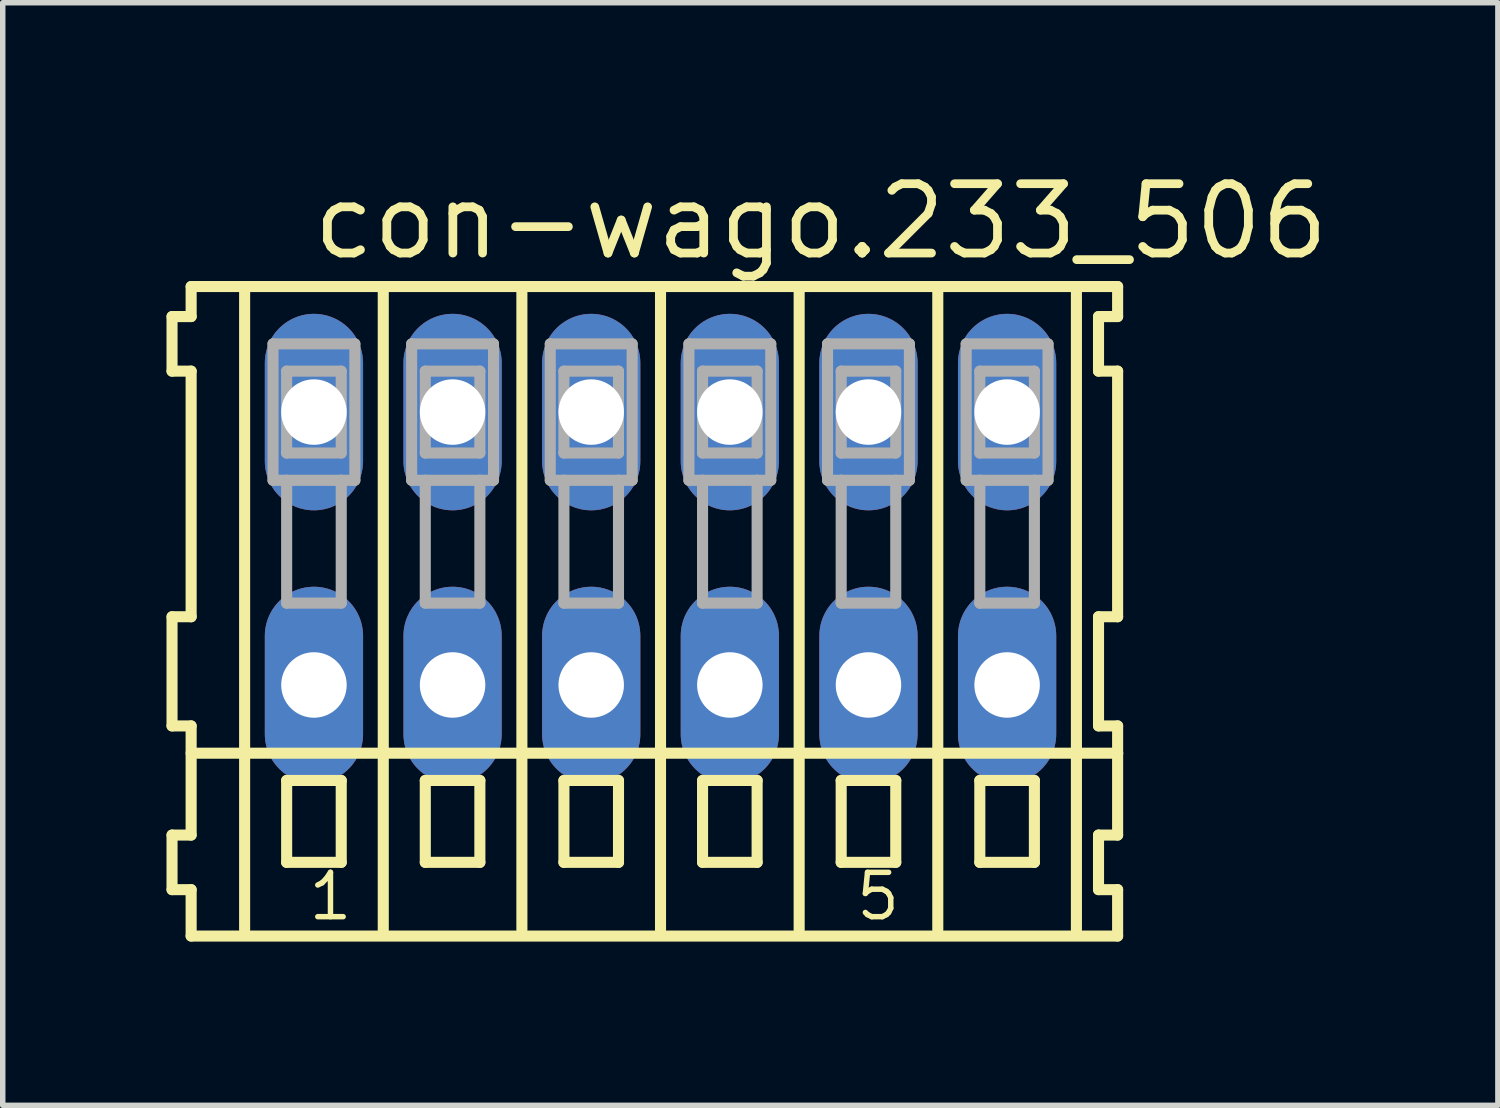
<source format=kicad_pcb>
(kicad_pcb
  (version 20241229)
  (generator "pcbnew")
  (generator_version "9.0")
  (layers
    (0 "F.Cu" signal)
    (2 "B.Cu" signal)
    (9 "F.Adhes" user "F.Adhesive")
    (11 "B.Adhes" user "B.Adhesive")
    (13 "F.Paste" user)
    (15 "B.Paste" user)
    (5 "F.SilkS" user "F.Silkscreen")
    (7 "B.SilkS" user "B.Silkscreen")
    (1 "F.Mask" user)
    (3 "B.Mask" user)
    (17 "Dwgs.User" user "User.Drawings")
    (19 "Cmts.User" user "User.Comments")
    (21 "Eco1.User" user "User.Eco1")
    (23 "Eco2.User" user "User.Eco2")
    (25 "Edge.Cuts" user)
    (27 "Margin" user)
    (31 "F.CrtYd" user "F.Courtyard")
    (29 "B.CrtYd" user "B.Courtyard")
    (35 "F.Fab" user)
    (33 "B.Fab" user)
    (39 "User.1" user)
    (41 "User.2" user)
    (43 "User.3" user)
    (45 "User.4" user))
  (footprint "con-wago.233_506"
    (layer "F.Cu")
    (at 9.052 7)
    (property "Reference" "con-wago.233_506" (at -6.45 -5.25 0) (layer "F.SilkS") (effects (font (size 1.27 1.27) (thickness 0.16)) (justify left bottom)))
    (attr through_hole)
    (fp_line (start -8.95 -4.25) (end -8.95 -3.25) (stroke (width 0.203) (type default)) (layer "F.SilkS"))
    (fp_line (start -8.95 -3.25) (end -8.6 -3.25) (stroke (width 0.203) (type default)) (layer "F.SilkS"))
    (fp_line (start -8.95 1.25) (end -8.95 3.25) (stroke (width 0.203) (type default)) (layer "F.SilkS"))
    (fp_line (start -8.95 3.25) (end -8.6 3.25) (stroke (width 0.203) (type default)) (layer "F.SilkS"))
    (fp_line (start -8.95 5.25) (end -8.95 6.25) (stroke (width 0.203) (type default)) (layer "F.SilkS"))
    (fp_line (start -8.95 6.25) (end -8.6 6.25) (stroke (width 0.203) (type default)) (layer "F.SilkS"))
    (fp_line (start -8.6 -4.8) (end -8.6 -4.25) (stroke (width 0.203) (type default)) (layer "F.SilkS"))
    (fp_line (start -8.6 -4.25) (end -8.95 -4.25) (stroke (width 0.203) (type default)) (layer "F.SilkS"))
    (fp_line (start -8.6 -3.25) (end -8.6 1.25) (stroke (width 0.203) (type default)) (layer "F.SilkS"))
    (fp_line (start -8.6 1.25) (end -8.95 1.25) (stroke (width 0.203) (type default)) (layer "F.SilkS"))
    (fp_line (start -8.6 3.25) (end -8.6 5.25) (stroke (width 0.203) (type default)) (layer "F.SilkS"))
    (fp_line (start -8.6 3.75) (end 8.375 3.75) (stroke (width 0.203) (type default)) (layer "F.SilkS"))
    (fp_line (start -8.6 5.25) (end -8.95 5.25) (stroke (width 0.203) (type default)) (layer "F.SilkS"))
    (fp_line (start -8.6 6.25) (end -8.6 7.1) (stroke (width 0.203) (type default)) (layer "F.SilkS"))
    (fp_line (start -8.6 7.1) (end 8.375 7.1) (stroke (width 0.203) (type default)) (layer "F.SilkS"))
    (fp_line (start -7.62 6.985) (end -7.62 -4.699) (stroke (width 0.203) (type default)) (layer "F.SilkS"))
    (fp_line (start -6.85 4.25) (end -6.85 5.75) (stroke (width 0.203) (type default)) (layer "F.SilkS"))
    (fp_line (start -6.85 5.75) (end -5.85 5.75) (stroke (width 0.203) (type default)) (layer "F.SilkS"))
    (fp_line (start -5.85 4.25) (end -6.85 4.25) (stroke (width 0.203) (type default)) (layer "F.SilkS"))
    (fp_line (start -5.85 5.75) (end -5.85 4.25) (stroke (width 0.203) (type default)) (layer "F.SilkS"))
    (fp_line (start -5.08 6.985) (end -5.08 -4.699) (stroke (width 0.203) (type default)) (layer "F.SilkS"))
    (fp_line (start -4.31 4.25) (end -4.31 5.75) (stroke (width 0.203) (type default)) (layer "F.SilkS"))
    (fp_line (start -4.31 5.75) (end -3.31 5.75) (stroke (width 0.203) (type default)) (layer "F.SilkS"))
    (fp_line (start -3.31 4.25) (end -4.31 4.25) (stroke (width 0.203) (type default)) (layer "F.SilkS"))
    (fp_line (start -3.31 5.75) (end -3.31 4.25) (stroke (width 0.203) (type default)) (layer "F.SilkS"))
    (fp_line (start -2.54 6.985) (end -2.54 -4.699) (stroke (width 0.203) (type default)) (layer "F.SilkS"))
    (fp_line (start -1.77 4.25) (end -1.77 5.75) (stroke (width 0.203) (type default)) (layer "F.SilkS"))
    (fp_line (start -1.77 5.75) (end -0.77 5.75) (stroke (width 0.203) (type default)) (layer "F.SilkS"))
    (fp_line (start -0.77 4.25) (end -1.77 4.25) (stroke (width 0.203) (type default)) (layer "F.SilkS"))
    (fp_line (start -0.77 5.75) (end -0.77 4.25) (stroke (width 0.203) (type default)) (layer "F.SilkS"))
    (fp_line (start 0 6.985) (end 0 -4.699) (stroke (width 0.203) (type default)) (layer "F.SilkS"))
    (fp_line (start 0.77 4.25) (end 0.77 5.75) (stroke (width 0.203) (type default)) (layer "F.SilkS"))
    (fp_line (start 0.77 5.75) (end 1.77 5.75) (stroke (width 0.203) (type default)) (layer "F.SilkS"))
    (fp_line (start 1.77 4.25) (end 0.77 4.25) (stroke (width 0.203) (type default)) (layer "F.SilkS"))
    (fp_line (start 1.77 5.75) (end 1.77 4.25) (stroke (width 0.203) (type default)) (layer "F.SilkS"))
    (fp_line (start 2.54 6.985) (end 2.54 -4.699) (stroke (width 0.203) (type default)) (layer "F.SilkS"))
    (fp_line (start 3.31 4.25) (end 3.31 5.75) (stroke (width 0.203) (type default)) (layer "F.SilkS"))
    (fp_line (start 3.31 5.75) (end 4.31 5.75) (stroke (width 0.203) (type default)) (layer "F.SilkS"))
    (fp_line (start 4.31 4.25) (end 3.31 4.25) (stroke (width 0.203) (type default)) (layer "F.SilkS"))
    (fp_line (start 4.31 5.75) (end 4.31 4.25) (stroke (width 0.203) (type default)) (layer "F.SilkS"))
    (fp_line (start 5.08 6.985) (end 5.08 -4.699) (stroke (width 0.203) (type default)) (layer "F.SilkS"))
    (fp_line (start 5.85 4.25) (end 5.85 5.75) (stroke (width 0.203) (type default)) (layer "F.SilkS"))
    (fp_line (start 5.85 5.75) (end 6.85 5.75) (stroke (width 0.203) (type default)) (layer "F.SilkS"))
    (fp_line (start 6.85 4.25) (end 5.85 4.25) (stroke (width 0.203) (type default)) (layer "F.SilkS"))
    (fp_line (start 6.85 5.75) (end 6.85 4.25) (stroke (width 0.203) (type default)) (layer "F.SilkS"))
    (fp_line (start 7.62 6.985) (end 7.62 -4.699) (stroke (width 0.203) (type default)) (layer "F.SilkS"))
    (fp_line (start 8.025 -4.25) (end 8.025 -3.25) (stroke (width 0.203) (type default)) (layer "F.SilkS"))
    (fp_line (start 8.025 -3.25) (end 8.375 -3.25) (stroke (width 0.203) (type default)) (layer "F.SilkS"))
    (fp_line (start 8.025 1.25) (end 8.025 3.25) (stroke (width 0.203) (type default)) (layer "F.SilkS"))
    (fp_line (start 8.025 3.25) (end 8.375 3.25) (stroke (width 0.203) (type default)) (layer "F.SilkS"))
    (fp_line (start 8.025 5.25) (end 8.025 6.25) (stroke (width 0.203) (type default)) (layer "F.SilkS"))
    (fp_line (start 8.025 6.25) (end 8.375 6.25) (stroke (width 0.203) (type default)) (layer "F.SilkS"))
    (fp_line (start 8.375 -4.8) (end -8.6 -4.8) (stroke (width 0.203) (type default)) (layer "F.SilkS"))
    (fp_line (start 8.375 -4.25) (end 8.025 -4.25) (stroke (width 0.203) (type default)) (layer "F.SilkS"))
    (fp_line (start 8.375 -4.25) (end 8.375 -4.8) (stroke (width 0.203) (type default)) (layer "F.SilkS"))
    (fp_line (start 8.375 1.25) (end 8.025 1.25) (stroke (width 0.203) (type default)) (layer "F.SilkS"))
    (fp_line (start 8.375 1.25) (end 8.375 -3.25) (stroke (width 0.203) (type default)) (layer "F.SilkS"))
    (fp_line (start 8.375 3.75) (end 8.375 3.25) (stroke (width 0.203) (type default)) (layer "F.SilkS"))
    (fp_line (start 8.375 5.25) (end 8.025 5.25) (stroke (width 0.203) (type default)) (layer "F.SilkS"))
    (fp_line (start 8.375 5.25) (end 8.375 3.75) (stroke (width 0.203) (type default)) (layer "F.SilkS"))
    (fp_line (start 8.375 7.1) (end 8.375 6.25) (stroke (width 0.203) (type default)) (layer "F.SilkS"))
    (fp_line (start -7.1 -3.75) (end -7.1 -1.25) (stroke (width 0.203) (type default)) (layer "F.Fab"))
    (fp_line (start -7.1 -1.25) (end -6.85 -1.25) (stroke (width 0.203) (type default)) (layer "F.Fab"))
    (fp_line (start -6.85 -3.25) (end -6.85 -1.75) (stroke (width 0.203) (type default)) (layer "F.Fab"))
    (fp_line (start -6.85 -1.75) (end -5.85 -1.75) (stroke (width 0.203) (type default)) (layer "F.Fab"))
    (fp_line (start -6.85 -1.25) (end -6.85 1) (stroke (width 0.203) (type default)) (layer "F.Fab"))
    (fp_line (start -6.85 -1.25) (end -5.85 -1.25) (stroke (width 0.203) (type default)) (layer "F.Fab"))
    (fp_line (start -6.85 1) (end -5.85 1) (stroke (width 0.203) (type default)) (layer "F.Fab"))
    (fp_line (start -5.85 -3.25) (end -6.85 -3.25) (stroke (width 0.203) (type default)) (layer "F.Fab"))
    (fp_line (start -5.85 -1.75) (end -5.85 -3.25) (stroke (width 0.203) (type default)) (layer "F.Fab"))
    (fp_line (start -5.85 -1.25) (end -5.6 -1.25) (stroke (width 0.203) (type default)) (layer "F.Fab"))
    (fp_line (start -5.85 1) (end -5.85 -1.25) (stroke (width 0.203) (type default)) (layer "F.Fab"))
    (fp_line (start -5.6 -3.75) (end -7.1 -3.75) (stroke (width 0.203) (type default)) (layer "F.Fab"))
    (fp_line (start -5.6 -1.25) (end -5.6 -3.75) (stroke (width 0.203) (type default)) (layer "F.Fab"))
    (fp_line (start -4.56 -3.75) (end -4.56 -1.25) (stroke (width 0.203) (type default)) (layer "F.Fab"))
    (fp_line (start -4.56 -1.25) (end -4.31 -1.25) (stroke (width 0.203) (type default)) (layer "F.Fab"))
    (fp_line (start -4.31 -3.25) (end -4.31 -1.75) (stroke (width 0.203) (type default)) (layer "F.Fab"))
    (fp_line (start -4.31 -1.75) (end -3.31 -1.75) (stroke (width 0.203) (type default)) (layer "F.Fab"))
    (fp_line (start -4.31 -1.25) (end -4.31 1) (stroke (width 0.203) (type default)) (layer "F.Fab"))
    (fp_line (start -4.31 -1.25) (end -3.31 -1.25) (stroke (width 0.203) (type default)) (layer "F.Fab"))
    (fp_line (start -4.31 1) (end -3.31 1) (stroke (width 0.203) (type default)) (layer "F.Fab"))
    (fp_line (start -3.31 -3.25) (end -4.31 -3.25) (stroke (width 0.203) (type default)) (layer "F.Fab"))
    (fp_line (start -3.31 -1.75) (end -3.31 -3.25) (stroke (width 0.203) (type default)) (layer "F.Fab"))
    (fp_line (start -3.31 -1.25) (end -3.06 -1.25) (stroke (width 0.203) (type default)) (layer "F.Fab"))
    (fp_line (start -3.31 1) (end -3.31 -1.25) (stroke (width 0.203) (type default)) (layer "F.Fab"))
    (fp_line (start -3.06 -3.75) (end -4.56 -3.75) (stroke (width 0.203) (type default)) (layer "F.Fab"))
    (fp_line (start -3.06 -1.25) (end -3.06 -3.75) (stroke (width 0.203) (type default)) (layer "F.Fab"))
    (fp_line (start -2.02 -3.75) (end -2.02 -1.25) (stroke (width 0.203) (type default)) (layer "F.Fab"))
    (fp_line (start -2.02 -1.25) (end -1.77 -1.25) (stroke (width 0.203) (type default)) (layer "F.Fab"))
    (fp_line (start -1.77 -3.25) (end -1.77 -1.75) (stroke (width 0.203) (type default)) (layer "F.Fab"))
    (fp_line (start -1.77 -1.75) (end -0.77 -1.75) (stroke (width 0.203) (type default)) (layer "F.Fab"))
    (fp_line (start -1.77 -1.25) (end -1.77 1) (stroke (width 0.203) (type default)) (layer "F.Fab"))
    (fp_line (start -1.77 -1.25) (end -0.77 -1.25) (stroke (width 0.203) (type default)) (layer "F.Fab"))
    (fp_line (start -1.77 1) (end -0.77 1) (stroke (width 0.203) (type default)) (layer "F.Fab"))
    (fp_line (start -0.77 -3.25) (end -1.77 -3.25) (stroke (width 0.203) (type default)) (layer "F.Fab"))
    (fp_line (start -0.77 -1.75) (end -0.77 -3.25) (stroke (width 0.203) (type default)) (layer "F.Fab"))
    (fp_line (start -0.77 -1.25) (end -0.52 -1.25) (stroke (width 0.203) (type default)) (layer "F.Fab"))
    (fp_line (start -0.77 1) (end -0.77 -1.25) (stroke (width 0.203) (type default)) (layer "F.Fab"))
    (fp_line (start -0.52 -3.75) (end -2.02 -3.75) (stroke (width 0.203) (type default)) (layer "F.Fab"))
    (fp_line (start -0.52 -1.25) (end -0.52 -3.75) (stroke (width 0.203) (type default)) (layer "F.Fab"))
    (fp_line (start 0.52 -3.75) (end 0.52 -1.25) (stroke (width 0.203) (type default)) (layer "F.Fab"))
    (fp_line (start 0.52 -1.25) (end 0.77 -1.25) (stroke (width 0.203) (type default)) (layer "F.Fab"))
    (fp_line (start 0.77 -3.25) (end 0.77 -1.75) (stroke (width 0.203) (type default)) (layer "F.Fab"))
    (fp_line (start 0.77 -1.75) (end 1.77 -1.75) (stroke (width 0.203) (type default)) (layer "F.Fab"))
    (fp_line (start 0.77 -1.25) (end 0.77 1) (stroke (width 0.203) (type default)) (layer "F.Fab"))
    (fp_line (start 0.77 -1.25) (end 1.77 -1.25) (stroke (width 0.203) (type default)) (layer "F.Fab"))
    (fp_line (start 0.77 1) (end 1.77 1) (stroke (width 0.203) (type default)) (layer "F.Fab"))
    (fp_line (start 1.77 -3.25) (end 0.77 -3.25) (stroke (width 0.203) (type default)) (layer "F.Fab"))
    (fp_line (start 1.77 -1.75) (end 1.77 -3.25) (stroke (width 0.203) (type default)) (layer "F.Fab"))
    (fp_line (start 1.77 -1.25) (end 2.02 -1.25) (stroke (width 0.203) (type default)) (layer "F.Fab"))
    (fp_line (start 1.77 1) (end 1.77 -1.25) (stroke (width 0.203) (type default)) (layer "F.Fab"))
    (fp_line (start 2.02 -3.75) (end 0.52 -3.75) (stroke (width 0.203) (type default)) (layer "F.Fab"))
    (fp_line (start 2.02 -1.25) (end 2.02 -3.75) (stroke (width 0.203) (type default)) (layer "F.Fab"))
    (fp_line (start 3.06 -3.75) (end 3.06 -1.25) (stroke (width 0.203) (type default)) (layer "F.Fab"))
    (fp_line (start 3.06 -1.25) (end 3.31 -1.25) (stroke (width 0.203) (type default)) (layer "F.Fab"))
    (fp_line (start 3.31 -3.25) (end 3.31 -1.75) (stroke (width 0.203) (type default)) (layer "F.Fab"))
    (fp_line (start 3.31 -1.75) (end 4.31 -1.75) (stroke (width 0.203) (type default)) (layer "F.Fab"))
    (fp_line (start 3.31 -1.25) (end 3.31 1) (stroke (width 0.203) (type default)) (layer "F.Fab"))
    (fp_line (start 3.31 -1.25) (end 4.31 -1.25) (stroke (width 0.203) (type default)) (layer "F.Fab"))
    (fp_line (start 3.31 1) (end 4.31 1) (stroke (width 0.203) (type default)) (layer "F.Fab"))
    (fp_line (start 4.31 -3.25) (end 3.31 -3.25) (stroke (width 0.203) (type default)) (layer "F.Fab"))
    (fp_line (start 4.31 -1.75) (end 4.31 -3.25) (stroke (width 0.203) (type default)) (layer "F.Fab"))
    (fp_line (start 4.31 -1.25) (end 4.56 -1.25) (stroke (width 0.203) (type default)) (layer "F.Fab"))
    (fp_line (start 4.31 1) (end 4.31 -1.25) (stroke (width 0.203) (type default)) (layer "F.Fab"))
    (fp_line (start 4.56 -3.75) (end 3.06 -3.75) (stroke (width 0.203) (type default)) (layer "F.Fab"))
    (fp_line (start 4.56 -1.25) (end 4.56 -3.75) (stroke (width 0.203) (type default)) (layer "F.Fab"))
    (fp_line (start 5.6 -3.75) (end 5.6 -1.25) (stroke (width 0.203) (type default)) (layer "F.Fab"))
    (fp_line (start 5.6 -1.25) (end 5.85 -1.25) (stroke (width 0.203) (type default)) (layer "F.Fab"))
    (fp_line (start 5.85 -3.25) (end 5.85 -1.75) (stroke (width 0.203) (type default)) (layer "F.Fab"))
    (fp_line (start 5.85 -1.75) (end 6.85 -1.75) (stroke (width 0.203) (type default)) (layer "F.Fab"))
    (fp_line (start 5.85 -1.25) (end 5.85 1) (stroke (width 0.203) (type default)) (layer "F.Fab"))
    (fp_line (start 5.85 -1.25) (end 6.85 -1.25) (stroke (width 0.203) (type default)) (layer "F.Fab"))
    (fp_line (start 5.85 1) (end 6.85 1) (stroke (width 0.203) (type default)) (layer "F.Fab"))
    (fp_line (start 6.85 -3.25) (end 5.85 -3.25) (stroke (width 0.203) (type default)) (layer "F.Fab"))
    (fp_line (start 6.85 -1.75) (end 6.85 -3.25) (stroke (width 0.203) (type default)) (layer "F.Fab"))
    (fp_line (start 6.85 -1.25) (end 7.1 -1.25) (stroke (width 0.203) (type default)) (layer "F.Fab"))
    (fp_line (start 6.85 1) (end 6.85 -1.25) (stroke (width 0.203) (type default)) (layer "F.Fab"))
    (fp_line (start 7.1 -3.75) (end 5.6 -3.75) (stroke (width 0.203) (type default)) (layer "F.Fab"))
    (fp_line (start 7.1 -1.25) (end 7.1 -3.75) (stroke (width 0.203) (type default)) (layer "F.Fab"))
    (fp_text user "5" (at 3.533 6.85 0) (layer "F.SilkS") (effects (font (size 0.813 0.813) (thickness 0.1)) (justify left bottom)))
    (fp_text user "1" (at -6.5 6.85 0) (layer "F.SilkS") (effects (font (size 0.813 0.813) (thickness 0.1)) (justify left bottom)))
    (pad "A1" thru_hole oval (at -6.35 -2.5 90) (size 3.6 1.8) (drill 1.2) (layers "*.Cu" "*.Mask"))
    (pad "A2" thru_hole oval (at -3.81 -2.5 90) (size 3.6 1.8) (drill 1.2) (layers "*.Cu" "*.Mask"))
    (pad "A3" thru_hole oval (at -1.27 -2.5 90) (size 3.6 1.8) (drill 1.2) (layers "*.Cu" "*.Mask"))
    (pad "A4" thru_hole oval (at 1.27 -2.5 90) (size 3.6 1.8) (drill 1.2) (layers "*.Cu" "*.Mask"))
    (pad "A5" thru_hole oval (at 3.81 -2.5 90) (size 3.6 1.8) (drill 1.2) (layers "*.Cu" "*.Mask"))
    (pad "A6" thru_hole oval (at 6.35 -2.5 90) (size 3.6 1.8) (drill 1.2) (layers "*.Cu" "*.Mask"))
    (pad "B1" thru_hole oval (at -6.35 2.5 90) (size 3.6 1.8) (drill 1.2) (layers "*.Cu" "*.Mask"))
    (pad "B2" thru_hole oval (at -3.81 2.5 90) (size 3.6 1.8) (drill 1.2) (layers "*.Cu" "*.Mask"))
    (pad "B3" thru_hole oval (at -1.27 2.5 90) (size 3.6 1.8) (drill 1.2) (layers "*.Cu" "*.Mask"))
    (pad "B4" thru_hole oval (at 1.27 2.5 90) (size 3.6 1.8) (drill 1.2) (layers "*.Cu" "*.Mask"))
    (pad "B5" thru_hole oval (at 3.81 2.5 90) (size 3.6 1.8) (drill 1.2) (layers "*.Cu" "*.Mask"))
    (pad "B6" thru_hole oval (at 6.35 2.5 90) (size 3.6 1.8) (drill 1.2) (layers "*.Cu" "*.Mask")))
  (gr_rect
    (start -3 -3)
    (end 24.394 17.202)
    (stroke (width 0.1) (type default))
    (fill no)
    (layer "Edge.Cuts")))
</source>
